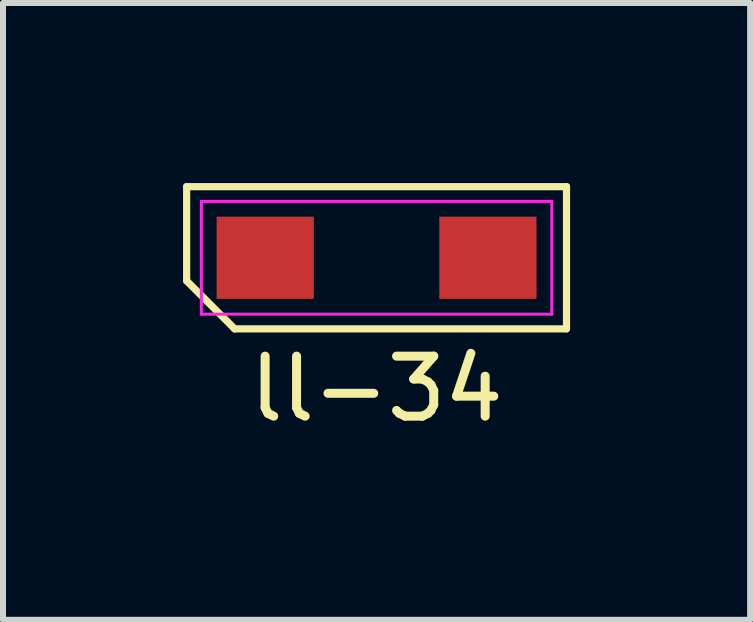
<source format=kicad_pcb>
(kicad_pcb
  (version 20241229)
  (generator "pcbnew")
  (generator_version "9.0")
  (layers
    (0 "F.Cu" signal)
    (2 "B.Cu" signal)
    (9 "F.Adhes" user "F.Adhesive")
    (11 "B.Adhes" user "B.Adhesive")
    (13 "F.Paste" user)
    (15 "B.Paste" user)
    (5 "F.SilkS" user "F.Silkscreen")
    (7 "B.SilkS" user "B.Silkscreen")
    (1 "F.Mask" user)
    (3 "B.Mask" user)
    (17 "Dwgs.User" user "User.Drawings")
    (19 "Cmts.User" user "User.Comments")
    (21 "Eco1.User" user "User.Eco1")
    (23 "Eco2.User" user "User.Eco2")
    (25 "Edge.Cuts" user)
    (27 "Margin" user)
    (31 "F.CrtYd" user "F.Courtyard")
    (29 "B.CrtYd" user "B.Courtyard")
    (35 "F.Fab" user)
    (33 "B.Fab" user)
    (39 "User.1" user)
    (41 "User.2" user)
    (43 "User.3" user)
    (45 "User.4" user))
  (footprint "ll-34"
    (layer "F.Cu")
    (at 3.225 1.245)
    (property "Reference" "ll-34" (at 0 2.185 0) (layer "F.SilkS") (effects (font (size 1 1) (thickness 0.15))))
    (attr through_hole)
    (fp_line (start -3.165 -1.185) (end 3.165 -1.185) (stroke (width 0.12) (type solid)) (layer "F.SilkS"))
    (fp_line (start -3.165 0.385) (end -3.165 -1.185) (stroke (width 0.12) (type solid)) (layer "F.SilkS"))
    (fp_line (start -2.365 1.185) (end -3.165 0.385) (stroke (width 0.12) (type solid)) (layer "F.SilkS"))
    (fp_line (start 3.165 -1.185) (end 3.165 1.185) (stroke (width 0.12) (type solid)) (layer "F.SilkS"))
    (fp_line (start 3.165 1.185) (end -2.365 1.185) (stroke (width 0.12) (type solid)) (layer "F.SilkS"))
    (fp_line (start -2.92 -0.94) (end 2.92 -0.94) (stroke (width 0.05) (type solid)) (layer "F.CrtYd"))
    (fp_line (start -2.92 0.94) (end -2.92 -0.94) (stroke (width 0.05) (type solid)) (layer "F.CrtYd"))
    (fp_line (start 2.92 -0.94) (end 2.92 0.94) (stroke (width 0.05) (type solid)) (layer "F.CrtYd"))
    (fp_line (start 2.92 0.94) (end -2.92 0.94) (stroke (width 0.05) (type solid)) (layer "F.CrtYd"))
    (pad "1" smd rect (at -1.855 0) (size 1.62 1.37) (layers "F.Cu" "F.Mask" "F.Paste"))
    (pad "2" smd rect (at 1.855 0) (size 1.62 1.37) (layers "F.Cu" "F.Mask" "F.Paste")))
  (gr_rect
    (start -3 -3)
    (end 9.45 7.278)
    (stroke (width 0.1) (type default))
    (fill no)
    (layer "Edge.Cuts")))
</source>
